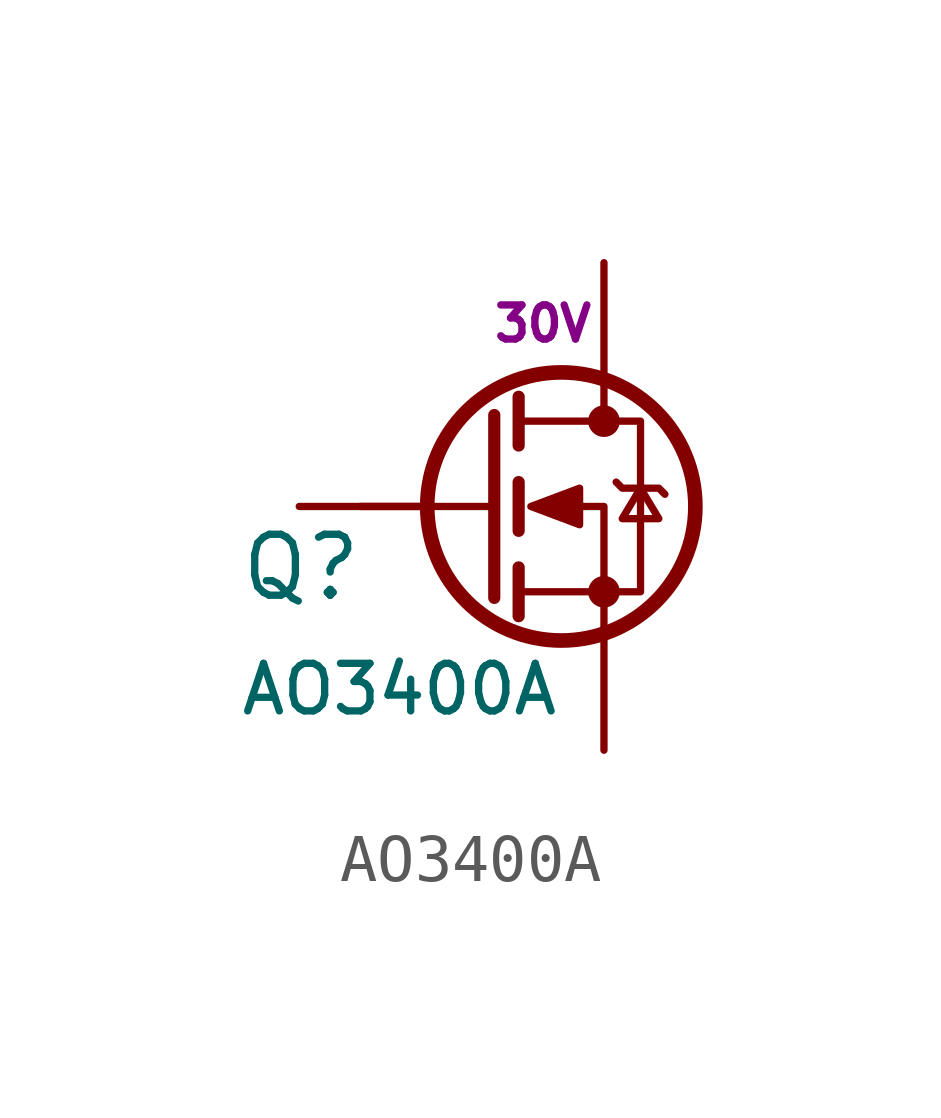
<source format=kicad_sym>
(kicad_symbol_lib
  (version 20211014)
  (generator kicad_symbol_editor)
  (symbol "AO3400A"
    (pin_numbers hide)
    (pin_names
      (offset 0.254) hide)
    (property "Reference" "Q"
      (at -7.62 -1.27 0)
      (effects (font (size 1.27 1.27)) (justify left)))
    (property "Value" "AO3400A"
      (at -7.62 -3.81 0)
      (effects (font (size 0.991 0.991)) (justify left)))
    (property "VDS" "30V"
      (at -1.27 3.81 0)
      (effects (font (size 0.711 0.711))))
    (symbol "AO3400A_0_1"
      (polyline (pts (xy -1.27 0) (xy 0 0) (xy 0 -2.54)) (stroke (width 0) (type default) (color 0 0 0 0)) (fill (type none))))
    (symbol "AO3400A_1_1"
      (circle (center -0.889 0) (radius 2.794) (stroke (width 0.305) (type default) (color 0 0 0 0)) (fill (type none)))
      (circle (center 0 -1.778) (radius 0.254) (stroke (width 0) (type default) (color 0 0 0 0)) (fill (type outline)))
      (polyline (pts (xy -2.286 0) (xy -5.08 0)) (stroke (width 0) (type default) (color 0 0 0 0)) (fill (type none)))
      (polyline (pts (xy -2.286 1.905) (xy -2.286 -1.905)) (stroke (width 0.254) (type default) (color 0 0 0 0)) (fill (type none)))
      (polyline (pts (xy -1.778 -1.27) (xy -1.778 -2.286)) (stroke (width 0.254) (type default) (color 0 0 0 0)) (fill (type none)))
      (polyline (pts (xy -1.778 0.508) (xy -1.778 -0.508)) (stroke (width 0.254) (type default) (color 0 0 0 0)) (fill (type none)))
      (polyline (pts (xy -1.778 2.286) (xy -1.778 1.27)) (stroke (width 0.254) (type default) (color 0 0 0 0)) (fill (type none)))
      (polyline (pts (xy 0 2.54) (xy 0 1.778)) (stroke (width 0) (type default) (color 0 0 0 0)) (fill (type none)))
      (polyline (pts (xy -1.778 -1.778) (xy 0.762 -1.778) (xy 0.762 1.778) (xy -1.778 1.778)) (stroke (width 0) (type default) (color 0 0 0 0)) (fill (type none)))
      (polyline (pts (xy -1.524 0) (xy -0.508 0.381) (xy -0.508 -0.381) (xy -1.524 0)) (stroke (width 0) (type default) (color 0 0 0 0)) (fill (type outline)))
      (polyline (pts (xy 0.254 0.508) (xy 0.381 0.381) (xy 1.143 0.381) (xy 1.27 0.254)) (stroke (width 0) (type default) (color 0 0 0 0)) (fill (type none)))
      (polyline (pts (xy 0.762 0.381) (xy 0.381 -0.254) (xy 1.143 -0.254) (xy 0.762 0.381)) (stroke (width 0) (type default) (color 0 0 0 0)) (fill (type none)))
      (circle (center 0 1.778) (radius 0.254) (stroke (width 0) (type default) (color 0 0 0 0)) (fill (type outline)))
      (pin input line (at -6.35 0 0) (length 2.54) (name "G" (effects (font (size 1.27 1.27)))) (number "1" (effects (font (size 1.27 1.27)))))
      (pin passive line (at 0 -5.08 90) (length 2.54) (name "S" (effects (font (size 1.27 1.27)))) (number "2" (effects (font (size 1.27 1.27)))))
      (pin passive line (at 0 5.08 270) (length 2.54) (name "D" (effects (font (size 1.27 1.27)))) (number "3" (effects (font (size 1.27 1.27))))))))
</source>
